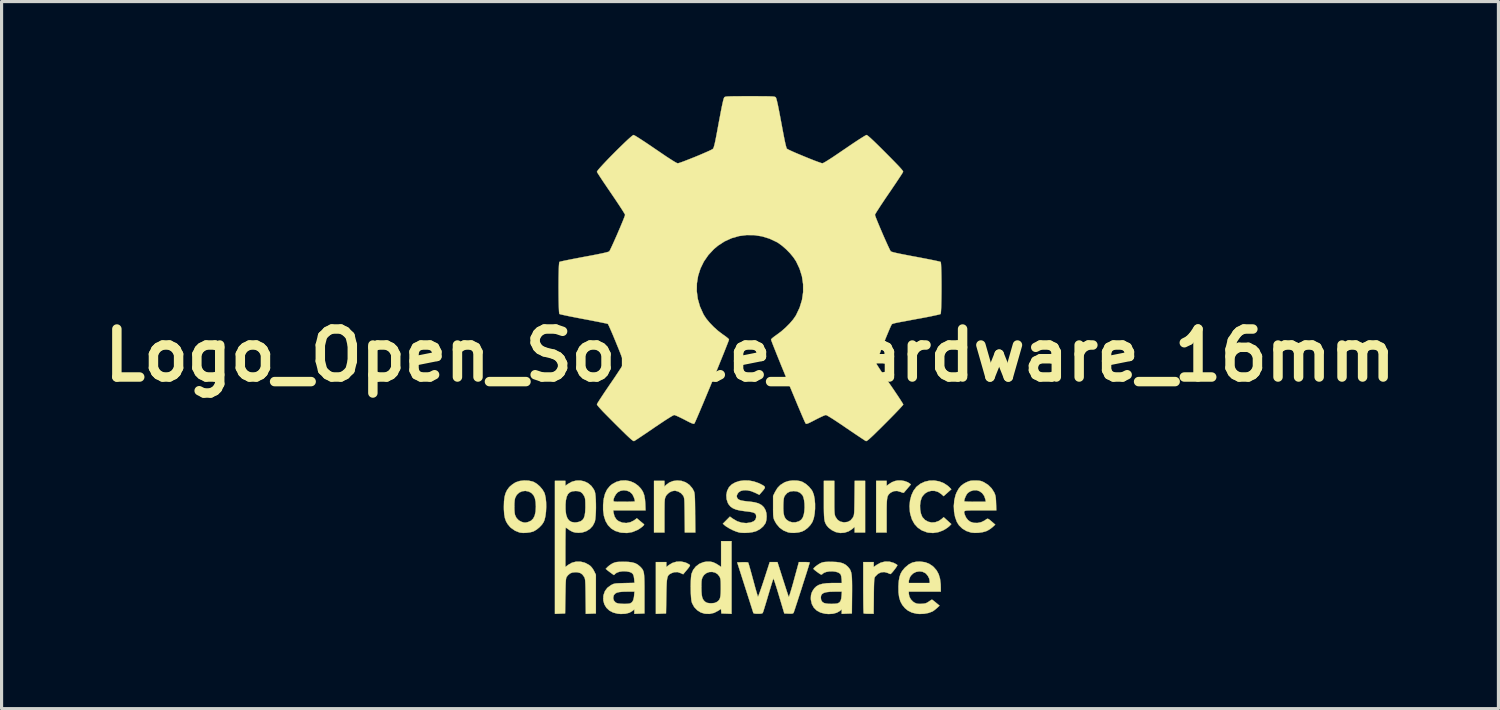
<source format=kicad_pcb>
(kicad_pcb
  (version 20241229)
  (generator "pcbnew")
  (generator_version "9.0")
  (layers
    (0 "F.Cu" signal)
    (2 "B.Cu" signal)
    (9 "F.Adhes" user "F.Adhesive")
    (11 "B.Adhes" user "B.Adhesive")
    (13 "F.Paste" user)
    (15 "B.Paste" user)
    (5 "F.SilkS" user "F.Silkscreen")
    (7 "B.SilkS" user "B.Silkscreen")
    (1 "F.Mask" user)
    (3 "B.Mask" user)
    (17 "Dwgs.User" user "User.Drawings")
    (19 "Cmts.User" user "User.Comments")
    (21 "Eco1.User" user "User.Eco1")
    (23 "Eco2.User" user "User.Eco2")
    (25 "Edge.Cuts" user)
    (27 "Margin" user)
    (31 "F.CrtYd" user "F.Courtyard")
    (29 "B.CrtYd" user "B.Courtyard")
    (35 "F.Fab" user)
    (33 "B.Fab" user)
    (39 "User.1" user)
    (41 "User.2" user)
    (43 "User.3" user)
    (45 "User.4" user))
  (footprint "Logo_Open_Source_Hardware_16mm"
    (layer "F.Cu")
    (at 20.763 8.231)
    (property "Reference" "Logo_Open_Source_Hardware_16mm" (at 0 0 0) (layer "F.SilkS") (effects (font (size 1.524 1.524) (thickness 0.3))))
    (attr through_hole)
    (fp_poly (pts (xy 4.907 3.993) (xy 5.005 4.029) (xy 5.059 4.062) (xy 5.107 4.099) (xy 5.002 4.223) (xy 4.952 4.282) (xy 4.911 4.33) (xy 4.887 4.359) (xy 4.884 4.362) (xy 4.861 4.364) (xy 4.815 4.351) (xy 4.778 4.336) (xy 4.67 4.306) (xy 4.567 4.313) (xy 4.473 4.356) (xy 4.452 4.372) (xy 4.42 4.401) (xy 4.395 4.43) (xy 4.375 4.464) (xy 4.361 4.509) (xy 4.351 4.568) (xy 4.344 4.646) (xy 4.34 4.749) (xy 4.338 4.88) (xy 4.338 5.044) (xy 4.338 5.089) (xy 4.338 5.627) (xy 4.005 5.627) (xy 4.005 3.986) (xy 4.338 3.986) (xy 4.338 4.144) (xy 4.401 4.097) (xy 4.504 4.03) (xy 4.605 3.991) (xy 4.694 3.974) (xy 4.798 3.974) (xy 4.907 3.993)) (stroke (width 0.01) (type solid)) (fill yes) (layer "F.SilkS"))
    (fp_poly (pts (xy -2.063 6.575) (xy -2.02 6.592) (xy -1.962 6.622) (xy -1.92 6.648) (xy -1.906 6.661) (xy -1.912 6.685) (xy -1.939 6.73) (xy -1.984 6.788) (xy -2.006 6.814) (xy -2.056 6.873) (xy -2.095 6.92) (xy -2.118 6.947) (xy -2.121 6.951) (xy -2.137 6.945) (xy -2.177 6.927) (xy -2.199 6.916) (xy -2.303 6.882) (xy -2.408 6.887) (xy -2.49 6.916) (xy -2.533 6.938) (xy -2.567 6.96) (xy -2.593 6.988) (xy -2.613 7.026) (xy -2.628 7.078) (xy -2.639 7.148) (xy -2.646 7.241) (xy -2.651 7.361) (xy -2.655 7.513) (xy -2.657 7.64) (xy -2.667 8.196) (xy -2.989 8.208) (xy -2.989 6.565) (xy -2.657 6.565) (xy -2.657 6.723) (xy -2.584 6.664) (xy -2.466 6.593) (xy -2.333 6.553) (xy -2.196 6.547) (xy -2.063 6.575)) (stroke (width 0.01) (type solid)) (fill yes) (layer "F.SilkS"))
    (fp_poly (pts (xy 4.422 6.55) (xy 4.555 6.588) (xy 4.565 6.592) (xy 4.622 6.622) (xy 4.664 6.648) (xy 4.678 6.661) (xy 4.672 6.682) (xy 4.645 6.724) (xy 4.607 6.778) (xy 4.562 6.836) (xy 4.518 6.889) (xy 4.481 6.928) (xy 4.458 6.945) (xy 4.456 6.945) (xy 4.433 6.937) (xy 4.388 6.918) (xy 4.367 6.908) (xy 4.263 6.881) (xy 4.16 6.89) (xy 4.065 6.936) (xy 3.982 7.016) (xy 3.977 7.022) (xy 3.966 7.039) (xy 3.956 7.06) (xy 3.949 7.088) (xy 3.944 7.129) (xy 3.94 7.187) (xy 3.937 7.267) (xy 3.934 7.372) (xy 3.932 7.509) (xy 3.931 7.641) (xy 3.925 8.206) (xy 3.773 8.206) (xy 3.699 8.205) (xy 3.642 8.2) (xy 3.61 8.195) (xy 3.608 8.193) (xy 3.605 8.171) (xy 3.603 8.115) (xy 3.6 8.027) (xy 3.598 7.913) (xy 3.597 7.777) (xy 3.596 7.622) (xy 3.595 7.453) (xy 3.595 7.373) (xy 3.595 6.565) (xy 3.927 6.565) (xy 3.927 6.721) (xy 4.02 6.655) (xy 4.149 6.584) (xy 4.285 6.549) (xy 4.422 6.55)) (stroke (width 0.01) (type solid)) (fill yes) (layer "F.SilkS"))
    (fp_poly (pts (xy 2.677 4.519) (xy 2.677 4.678) (xy 2.677 4.803) (xy 2.679 4.898) (xy 2.682 4.97) (xy 2.686 5.023) (xy 2.692 5.062) (xy 2.7 5.093) (xy 2.711 5.12) (xy 2.721 5.139) (xy 2.783 5.226) (xy 2.867 5.28) (xy 2.973 5.303) (xy 2.998 5.303) (xy 3.106 5.288) (xy 3.192 5.241) (xy 3.26 5.16) (xy 3.266 5.15) (xy 3.279 5.125) (xy 3.29 5.1) (xy 3.298 5.07) (xy 3.304 5.029) (xy 3.309 4.974) (xy 3.312 4.898) (xy 3.314 4.797) (xy 3.316 4.666) (xy 3.318 4.528) (xy 3.324 3.986) (xy 3.654 3.986) (xy 3.654 5.627) (xy 3.322 5.627) (xy 3.322 5.447) (xy 3.25 5.51) (xy 3.134 5.587) (xy 3.003 5.631) (xy 2.866 5.641) (xy 2.73 5.614) (xy 2.722 5.612) (xy 2.598 5.552) (xy 2.495 5.473) (xy 2.443 5.413) (xy 2.417 5.374) (xy 2.396 5.335) (xy 2.379 5.292) (xy 2.366 5.24) (xy 2.357 5.174) (xy 2.351 5.09) (xy 2.347 4.983) (xy 2.345 4.849) (xy 2.345 4.682) (xy 2.345 4.589) (xy 2.345 3.986) (xy 2.677 3.986) (xy 2.677 4.519)) (stroke (width 0.01) (type solid)) (fill yes) (layer "F.SilkS"))
    (fp_poly (pts (xy -2.179 3.986) (xy -2.052 4.029) (xy -2.047 4.031) (xy -1.928 4.111) (xy -1.832 4.221) (xy -1.783 4.311) (xy -1.773 4.337) (xy -1.765 4.369) (xy -1.759 4.413) (xy -1.754 4.472) (xy -1.75 4.551) (xy -1.747 4.655) (xy -1.745 4.787) (xy -1.743 4.954) (xy -1.743 5.007) (xy -1.736 5.627) (xy -2.069 5.627) (xy -2.075 5.075) (xy -2.077 4.914) (xy -2.079 4.787) (xy -2.081 4.689) (xy -2.084 4.616) (xy -2.088 4.562) (xy -2.095 4.524) (xy -2.103 4.495) (xy -2.113 4.472) (xy -2.127 4.449) (xy -2.128 4.448) (xy -2.192 4.377) (xy -2.279 4.325) (xy -2.374 4.3) (xy -2.394 4.299) (xy -2.485 4.316) (xy -2.573 4.363) (xy -2.645 4.431) (xy -2.672 4.474) (xy -2.685 4.501) (xy -2.695 4.529) (xy -2.703 4.561) (xy -2.708 4.604) (xy -2.712 4.663) (xy -2.714 4.741) (xy -2.715 4.846) (xy -2.716 4.98) (xy -2.716 5.094) (xy -2.716 5.627) (xy -3.048 5.627) (xy -3.048 3.986) (xy -2.716 3.986) (xy -2.716 4.167) (xy -2.662 4.113) (xy -2.563 4.039) (xy -2.444 3.992) (xy -2.313 3.975) (xy -2.179 3.986)) (stroke (width 0.01) (type solid)) (fill yes) (layer "F.SilkS"))
    (fp_poly (pts (xy 6.007 4.003) (xy 6.153 4.06) (xy 6.284 4.147) (xy 6.337 4.197) (xy 6.391 4.254) (xy 6.269 4.363) (xy 6.147 4.472) (xy 6.074 4.406) (xy 5.974 4.339) (xy 5.865 4.305) (xy 5.754 4.303) (xy 5.648 4.331) (xy 5.553 4.388) (xy 5.478 4.472) (xy 5.448 4.527) (xy 5.413 4.638) (xy 5.398 4.765) (xy 5.402 4.895) (xy 5.424 5.017) (xy 5.463 5.119) (xy 5.477 5.142) (xy 5.557 5.228) (xy 5.655 5.283) (xy 5.764 5.308) (xy 5.878 5.301) (xy 5.99 5.261) (xy 6.074 5.205) (xy 6.149 5.14) (xy 6.391 5.359) (xy 6.327 5.426) (xy 6.276 5.468) (xy 6.205 5.516) (xy 6.128 5.559) (xy 6.125 5.561) (xy 5.971 5.617) (xy 5.811 5.641) (xy 5.655 5.629) (xy 5.617 5.62) (xy 5.459 5.561) (xy 5.327 5.472) (xy 5.22 5.355) (xy 5.141 5.21) (xy 5.088 5.037) (xy 5.076 4.967) (xy 5.064 4.787) (xy 5.081 4.612) (xy 5.123 4.448) (xy 5.189 4.303) (xy 5.277 4.184) (xy 5.287 4.174) (xy 5.409 4.078) (xy 5.549 4.013) (xy 5.699 3.979) (xy 5.854 3.976) (xy 6.007 4.003)) (stroke (width 0.01) (type solid)) (fill yes) (layer "F.SilkS"))
    (fp_poly (pts (xy -0.586 8.208) (xy -0.909 8.196) (xy -0.915 8.123) (xy -0.921 8.05) (xy -1.003 8.106) (xy -1.139 8.177) (xy -1.282 8.21) (xy -1.432 8.205) (xy -1.563 8.165) (xy -1.678 8.092) (xy -1.772 7.993) (xy -1.837 7.873) (xy -1.85 7.835) (xy -1.863 7.77) (xy -1.872 7.676) (xy -1.879 7.56) (xy -1.882 7.432) (xy -1.882 7.367) (xy -1.544 7.367) (xy -1.541 7.501) (xy -1.533 7.603) (xy -1.519 7.681) (xy -1.496 7.74) (xy -1.463 7.788) (xy -1.458 7.793) (xy -1.411 7.835) (xy -1.358 7.86) (xy -1.285 7.871) (xy -1.231 7.873) (xy -1.131 7.864) (xy -1.061 7.836) (xy -1.013 7.802) (xy -0.978 7.763) (xy -0.954 7.712) (xy -0.939 7.643) (xy -0.931 7.55) (xy -0.928 7.425) (xy -0.928 7.386) (xy -0.929 7.271) (xy -0.931 7.187) (xy -0.936 7.127) (xy -0.945 7.082) (xy -0.958 7.046) (xy -0.968 7.026) (xy -1.028 6.949) (xy -1.108 6.899) (xy -1.199 6.877) (xy -1.293 6.881) (xy -1.382 6.913) (xy -1.457 6.971) (xy -1.5 7.033) (xy -1.518 7.075) (xy -1.531 7.117) (xy -1.539 7.17) (xy -1.542 7.242) (xy -1.544 7.341) (xy -1.544 7.367) (xy -1.882 7.367) (xy -1.883 7.301) (xy -1.88 7.176) (xy -1.874 7.065) (xy -1.865 6.978) (xy -1.857 6.936) (xy -1.803 6.81) (xy -1.718 6.703) (xy -1.609 6.621) (xy -1.48 6.568) (xy -1.378 6.55) (xy -1.269 6.55) (xy -1.173 6.57) (xy -1.077 6.615) (xy -1.015 6.653) (xy -0.918 6.719) (xy -0.918 5.901) (xy -0.586 5.901) (xy -0.586 8.208)) (stroke (width 0.01) (type solid)) (fill yes) (layer "F.SilkS"))
    (fp_poly (pts (xy 1.477 3.976) (xy 1.596 3.995) (xy 1.664 4.019) (xy 1.77 4.083) (xy 1.871 4.171) (xy 1.954 4.271) (xy 1.987 4.325) (xy 2.026 4.432) (xy 2.052 4.566) (xy 2.065 4.716) (xy 2.065 4.873) (xy 2.052 5.025) (xy 2.026 5.164) (xy 1.987 5.278) (xy 1.983 5.287) (xy 1.92 5.385) (xy 1.834 5.477) (xy 1.736 5.552) (xy 1.646 5.597) (xy 1.538 5.624) (xy 1.417 5.637) (xy 1.301 5.636) (xy 1.21 5.621) (xy 1.06 5.56) (xy 0.935 5.469) (xy 0.834 5.347) (xy 0.776 5.243) (xy 0.76 5.205) (xy 0.749 5.168) (xy 0.741 5.123) (xy 0.736 5.063) (xy 0.734 4.983) (xy 0.733 4.9) (xy 1.057 4.9) (xy 1.066 5.013) (xy 1.085 5.1) (xy 1.116 5.167) (xy 1.154 5.215) (xy 1.238 5.273) (xy 1.34 5.303) (xy 1.448 5.302) (xy 1.553 5.271) (xy 1.562 5.266) (xy 1.629 5.217) (xy 1.677 5.147) (xy 1.709 5.049) (xy 1.724 4.961) (xy 1.733 4.835) (xy 1.73 4.709) (xy 1.716 4.594) (xy 1.692 4.498) (xy 1.662 4.436) (xy 1.589 4.364) (xy 1.494 4.322) (xy 1.387 4.31) (xy 1.273 4.324) (xy 1.182 4.37) (xy 1.112 4.448) (xy 1.107 4.455) (xy 1.088 4.491) (xy 1.075 4.532) (xy 1.067 4.588) (xy 1.061 4.668) (xy 1.058 4.754) (xy 1.057 4.9) (xy 0.733 4.9) (xy 0.733 4.873) (xy 0.733 4.806) (xy 0.733 4.464) (xy 0.797 4.334) (xy 0.871 4.212) (xy 0.963 4.117) (xy 1.083 4.042) (xy 1.113 4.027) (xy 1.221 3.992) (xy 1.347 3.975) (xy 1.477 3.976)) (stroke (width 0.01) (type solid)) (fill yes) (layer "F.SilkS"))
    (fp_poly (pts (xy -7.035 3.979) (xy -6.908 4.006) (xy -6.863 4.023) (xy -6.766 4.081) (xy -6.673 4.163) (xy -6.592 4.258) (xy -6.533 4.357) (xy -6.516 4.401) (xy -6.489 4.522) (xy -6.474 4.662) (xy -6.471 4.812) (xy -6.478 4.962) (xy -6.495 5.101) (xy -6.523 5.221) (xy -6.551 5.292) (xy -6.606 5.375) (xy -6.685 5.459) (xy -6.775 5.533) (xy -6.865 5.586) (xy -6.891 5.597) (xy -6.986 5.621) (xy -7.096 5.635) (xy -7.205 5.639) (xy -7.296 5.63) (xy -7.313 5.627) (xy -7.458 5.57) (xy -7.588 5.48) (xy -7.623 5.446) (xy -7.693 5.362) (xy -7.746 5.272) (xy -7.782 5.169) (xy -7.804 5.046) (xy -7.814 4.895) (xy -7.815 4.807) (xy -7.482 4.807) (xy -7.48 4.912) (xy -7.473 5.003) (xy -7.462 5.066) (xy -7.417 5.162) (xy -7.342 5.24) (xy -7.259 5.285) (xy -7.192 5.306) (xy -7.141 5.312) (xy -7.085 5.303) (xy -7.045 5.293) (xy -6.953 5.252) (xy -6.884 5.184) (xy -6.836 5.087) (xy -6.808 4.96) (xy -6.799 4.806) (xy -6.807 4.653) (xy -6.832 4.532) (xy -6.876 4.44) (xy -6.94 4.372) (xy -7.024 4.327) (xy -7.132 4.304) (xy -7.236 4.317) (xy -7.33 4.36) (xy -7.406 4.431) (xy -7.456 4.526) (xy -7.461 4.543) (xy -7.473 4.61) (xy -7.48 4.702) (xy -7.482 4.807) (xy -7.815 4.807) (xy -7.815 4.806) (xy -7.81 4.635) (xy -7.793 4.495) (xy -7.762 4.38) (xy -7.715 4.282) (xy -7.651 4.194) (xy -7.617 4.159) (xy -7.552 4.105) (xy -7.473 4.052) (xy -7.428 4.028) (xy -7.31 3.99) (xy -7.174 3.974) (xy -7.035 3.979)) (stroke (width 0.01) (type solid)) (fill yes) (layer "F.SilkS"))
    (fp_poly (pts (xy 5.559 6.57) (xy 5.684 6.617) (xy 5.798 6.693) (xy 5.833 6.724) (xy 5.923 6.827) (xy 5.989 6.948) (xy 6.032 7.092) (xy 6.054 7.263) (xy 6.057 7.371) (xy 6.057 7.503) (xy 5.041 7.503) (xy 5.041 7.568) (xy 5.059 7.661) (xy 5.107 7.75) (xy 5.177 7.823) (xy 5.218 7.85) (xy 5.273 7.876) (xy 5.326 7.888) (xy 5.393 7.892) (xy 5.445 7.89) (xy 5.526 7.883) (xy 5.585 7.871) (xy 5.635 7.846) (xy 5.675 7.82) (xy 5.726 7.785) (xy 5.764 7.762) (xy 5.776 7.757) (xy 5.796 7.768) (xy 5.836 7.799) (xy 5.891 7.843) (xy 5.902 7.853) (xy 6.017 7.948) (xy 5.932 8.027) (xy 5.874 8.076) (xy 5.819 8.117) (xy 5.791 8.134) (xy 5.671 8.179) (xy 5.53 8.206) (xy 5.381 8.212) (xy 5.289 8.204) (xy 5.139 8.168) (xy 5.012 8.104) (xy 4.919 8.027) (xy 4.835 7.926) (xy 4.774 7.813) (xy 4.735 7.681) (xy 4.714 7.525) (xy 4.712 7.339) (xy 4.713 7.315) (xy 4.723 7.175) (xy 5.041 7.175) (xy 5.041 7.229) (xy 5.705 7.229) (xy 5.705 7.17) (xy 5.69 7.09) (xy 5.649 7.007) (xy 5.591 6.936) (xy 5.566 6.915) (xy 5.474 6.871) (xy 5.372 6.86) (xy 5.271 6.878) (xy 5.18 6.924) (xy 5.108 6.996) (xy 5.085 7.033) (xy 5.059 7.096) (xy 5.043 7.155) (xy 5.041 7.175) (xy 4.723 7.175) (xy 4.724 7.162) (xy 4.746 7.039) (xy 4.78 6.937) (xy 4.831 6.847) (xy 4.901 6.761) (xy 4.923 6.738) (xy 5.037 6.642) (xy 5.155 6.58) (xy 5.287 6.552) (xy 5.412 6.55) (xy 5.559 6.57)) (stroke (width 0.01) (type solid)) (fill yes) (layer "F.SilkS"))
    (fp_poly (pts (xy -3.8 3.999) (xy -3.661 4.061) (xy -3.55 4.142) (xy -3.464 4.233) (xy -3.401 4.33) (xy -3.359 4.441) (xy -3.335 4.575) (xy -3.325 4.704) (xy -3.317 4.924) (xy -4.343 4.924) (xy -4.333 4.999) (xy -4.301 5.118) (xy -4.242 5.21) (xy -4.174 5.265) (xy -4.054 5.313) (xy -3.928 5.325) (xy -3.802 5.301) (xy -3.684 5.243) (xy -3.662 5.227) (xy -3.593 5.174) (xy -3.482 5.268) (xy -3.427 5.314) (xy -3.385 5.349) (xy -3.363 5.367) (xy -3.362 5.367) (xy -3.366 5.385) (xy -3.395 5.418) (xy -3.442 5.458) (xy -3.499 5.5) (xy -3.56 5.538) (xy -3.573 5.545) (xy -3.737 5.612) (xy -3.905 5.641) (xy -4.08 5.632) (xy -4.122 5.625) (xy -4.276 5.577) (xy -4.405 5.5) (xy -4.509 5.394) (xy -4.588 5.259) (xy -4.639 5.098) (xy -4.664 4.91) (xy -4.664 4.748) (xy -4.649 4.606) (xy -4.337 4.606) (xy -4.336 4.622) (xy -4.33 4.633) (xy -4.313 4.641) (xy -4.28 4.646) (xy -4.225 4.649) (xy -4.143 4.65) (xy -4.029 4.65) (xy -3.996 4.65) (xy -3.885 4.649) (xy -3.789 4.647) (xy -3.715 4.644) (xy -3.668 4.64) (xy -3.654 4.636) (xy -3.663 4.581) (xy -3.687 4.511) (xy -3.719 4.443) (xy -3.743 4.403) (xy -3.815 4.337) (xy -3.907 4.298) (xy -4.008 4.285) (xy -4.108 4.301) (xy -4.195 4.346) (xy -4.203 4.353) (xy -4.257 4.412) (xy -4.302 4.488) (xy -4.331 4.564) (xy -4.337 4.606) (xy -4.649 4.606) (xy -4.644 4.556) (xy -4.603 4.395) (xy -4.539 4.262) (xy -4.45 4.153) (xy -4.381 4.094) (xy -4.245 4.019) (xy -4.099 3.978) (xy -3.948 3.972) (xy -3.8 3.999)) (stroke (width 0.01) (type solid)) (fill yes) (layer "F.SilkS"))
    (fp_poly (pts (xy -0.033 3.977) (xy 0.123 4.006) (xy 0.275 4.059) (xy 0.312 4.076) (xy 0.397 4.12) (xy 0.45 4.154) (xy 0.472 4.185) (xy 0.466 4.22) (xy 0.434 4.267) (xy 0.394 4.315) (xy 0.295 4.429) (xy 0.162 4.364) (xy 0.033 4.312) (xy -0.089 4.286) (xy -0.199 4.284) (xy -0.292 4.306) (xy -0.363 4.352) (xy -0.397 4.4) (xy -0.419 4.452) (xy -0.42 4.49) (xy -0.407 4.527) (xy -0.383 4.56) (xy -0.346 4.586) (xy -0.288 4.607) (xy -0.205 4.623) (xy -0.091 4.638) (xy -0.009 4.645) (xy 0.147 4.667) (xy 0.271 4.702) (xy 0.366 4.754) (xy 0.439 4.824) (xy 0.492 4.917) (xy 0.497 4.928) (xy 0.52 5.013) (xy 0.528 5.116) (xy 0.521 5.219) (xy 0.5 5.307) (xy 0.49 5.331) (xy 0.422 5.427) (xy 0.326 5.512) (xy 0.212 5.576) (xy 0.188 5.586) (xy 0.084 5.614) (xy -0.042 5.632) (xy -0.173 5.638) (xy -0.293 5.633) (xy -0.342 5.625) (xy -0.437 5.597) (xy -0.547 5.552) (xy -0.657 5.496) (xy -0.752 5.438) (xy -0.788 5.411) (xy -0.863 5.348) (xy -0.75 5.234) (xy -0.638 5.121) (xy -0.546 5.188) (xy -0.409 5.268) (xy -0.264 5.315) (xy -0.116 5.328) (xy 0.026 5.306) (xy 0.113 5.272) (xy 0.167 5.225) (xy 0.192 5.161) (xy 0.195 5.115) (xy 0.19 5.068) (xy 0.171 5.031) (xy 0.134 5.004) (xy 0.073 4.983) (xy -0.017 4.967) (xy -0.141 4.952) (xy -0.147 4.951) (xy -0.31 4.929) (xy -0.44 4.899) (xy -0.54 4.858) (xy -0.618 4.804) (xy -0.676 4.735) (xy -0.703 4.689) (xy -0.744 4.566) (xy -0.752 4.435) (xy -0.727 4.307) (xy -0.67 4.192) (xy -0.664 4.184) (xy -0.579 4.099) (xy -0.467 4.035) (xy -0.335 3.992) (xy -0.188 3.973) (xy -0.033 3.977)) (stroke (width 0.01) (type solid)) (fill yes) (layer "F.SilkS"))
    (fp_poly (pts (xy 7.241 3.978) (xy 7.308 3.986) (xy 7.366 4.003) (xy 7.428 4.031) (xy 7.561 4.115) (xy 7.672 4.226) (xy 7.753 4.354) (xy 7.754 4.357) (xy 7.777 4.411) (xy 7.793 4.464) (xy 7.803 4.528) (xy 7.809 4.611) (xy 7.812 4.694) (xy 7.82 4.924) (xy 7.309 4.924) (xy 7.151 4.924) (xy 7.028 4.924) (xy 6.936 4.926) (xy 6.871 4.93) (xy 6.829 4.939) (xy 6.806 4.953) (xy 6.798 4.973) (xy 6.801 5) (xy 6.811 5.036) (xy 6.82 5.065) (xy 6.859 5.151) (xy 6.92 5.229) (xy 6.992 5.284) (xy 7.101 5.319) (xy 7.22 5.323) (xy 7.341 5.298) (xy 7.451 5.244) (xy 7.474 5.227) (xy 7.508 5.202) (xy 7.535 5.19) (xy 7.563 5.194) (xy 7.599 5.216) (xy 7.651 5.259) (xy 7.7 5.301) (xy 7.786 5.376) (xy 7.693 5.461) (xy 7.622 5.516) (xy 7.54 5.565) (xy 7.491 5.587) (xy 7.385 5.616) (xy 7.261 5.634) (xy 7.136 5.638) (xy 7.028 5.629) (xy 7.017 5.627) (xy 6.869 5.578) (xy 6.74 5.5) (xy 6.634 5.396) (xy 6.568 5.291) (xy 6.512 5.137) (xy 6.479 4.964) (xy 6.471 4.782) (xy 6.484 4.634) (xy 6.799 4.634) (xy 6.818 4.639) (xy 6.869 4.644) (xy 6.947 4.647) (xy 7.046 4.649) (xy 7.143 4.65) (xy 7.488 4.65) (xy 7.474 4.578) (xy 7.436 4.465) (xy 7.373 4.378) (xy 7.291 4.317) (xy 7.196 4.285) (xy 7.095 4.286) (xy 6.992 4.319) (xy 6.916 4.37) (xy 6.879 4.416) (xy 6.843 4.485) (xy 6.814 4.56) (xy 6.8 4.625) (xy 6.799 4.634) (xy 6.484 4.634) (xy 6.486 4.602) (xy 6.526 4.437) (xy 6.556 4.36) (xy 6.622 4.238) (xy 6.698 4.145) (xy 6.794 4.073) (xy 6.854 4.04) (xy 6.925 4.008) (xy 6.983 3.988) (xy 7.045 3.979) (xy 7.126 3.976) (xy 7.151 3.976) (xy 7.241 3.978)) (stroke (width 0.01) (type solid)) (fill yes) (layer "F.SilkS"))
    (fp_poly (pts (xy -3.866 6.559) (xy -3.747 6.574) (xy -3.651 6.6) (xy -3.571 6.641) (xy -3.5 6.699) (xy -3.487 6.711) (xy -3.452 6.747) (xy -3.423 6.782) (xy -3.401 6.819) (xy -3.383 6.863) (xy -3.37 6.918) (xy -3.362 6.989) (xy -3.356 7.081) (xy -3.353 7.197) (xy -3.351 7.342) (xy -3.351 7.52) (xy -3.351 7.571) (xy -3.351 8.196) (xy -3.512 8.202) (xy -3.673 8.208) (xy -3.673 8.066) (xy -3.731 8.115) (xy -3.828 8.172) (xy -3.952 8.205) (xy -4.1 8.212) (xy -4.205 8.203) (xy -4.346 8.167) (xy -4.465 8.104) (xy -4.559 8.016) (xy -4.624 7.908) (xy -4.658 7.784) (xy -4.657 7.711) (xy -4.344 7.711) (xy -4.323 7.785) (xy -4.272 7.843) (xy -4.236 7.864) (xy -4.18 7.879) (xy -4.099 7.888) (xy -4.006 7.892) (xy -3.915 7.891) (xy -3.84 7.884) (xy -3.803 7.875) (xy -3.747 7.839) (xy -3.709 7.777) (xy -3.686 7.684) (xy -3.68 7.632) (xy -3.668 7.503) (xy -3.904 7.503) (xy -4.044 7.506) (xy -4.15 7.517) (xy -4.228 7.536) (xy -4.282 7.567) (xy -4.318 7.609) (xy -4.33 7.633) (xy -4.344 7.711) (xy -4.657 7.711) (xy -4.657 7.648) (xy -4.65 7.61) (xy -4.606 7.486) (xy -4.53 7.383) (xy -4.421 7.302) (xy -4.414 7.298) (xy -4.373 7.276) (xy -4.337 7.26) (xy -4.298 7.25) (xy -4.248 7.242) (xy -4.181 7.238) (xy -4.088 7.235) (xy -3.988 7.232) (xy -3.668 7.225) (xy -3.678 7.099) (xy -3.692 7.006) (xy -3.72 6.943) (xy -3.766 6.902) (xy -3.828 6.878) (xy -3.936 6.858) (xy -4.047 6.857) (xy -4.15 6.873) (xy -4.234 6.904) (xy -4.271 6.93) (xy -4.322 6.977) (xy -4.393 6.927) (xy -4.454 6.882) (xy -4.513 6.837) (xy -4.523 6.829) (xy -4.581 6.781) (xy -4.515 6.713) (xy -4.457 6.665) (xy -4.385 6.618) (xy -4.35 6.6) (xy -4.3 6.58) (xy -4.252 6.567) (xy -4.193 6.56) (xy -4.115 6.556) (xy -4.015 6.555) (xy -3.866 6.559)) (stroke (width 0.01) (type solid)) (fill yes) (layer "F.SilkS"))
    (fp_poly (pts (xy 2.734 6.562) (xy 2.858 6.578) (xy 2.957 6.608) (xy 3.039 6.653) (xy 3.109 6.715) (xy 3.114 6.721) (xy 3.148 6.762) (xy 3.176 6.802) (xy 3.197 6.848) (xy 3.214 6.903) (xy 3.226 6.973) (xy 3.234 7.06) (xy 3.238 7.171) (xy 3.24 7.308) (xy 3.24 7.478) (xy 3.239 7.602) (xy 3.234 8.196) (xy 3.072 8.202) (xy 2.911 8.208) (xy 2.911 8.066) (xy 2.853 8.115) (xy 2.758 8.171) (xy 2.636 8.205) (xy 2.494 8.214) (xy 2.38 8.204) (xy 2.236 8.167) (xy 2.117 8.102) (xy 2.025 8.011) (xy 1.963 7.897) (xy 1.933 7.763) (xy 1.931 7.704) (xy 1.932 7.69) (xy 2.247 7.69) (xy 2.259 7.773) (xy 2.296 7.831) (xy 2.351 7.865) (xy 2.407 7.879) (xy 2.488 7.889) (xy 2.582 7.892) (xy 2.673 7.89) (xy 2.751 7.882) (xy 2.787 7.874) (xy 2.839 7.845) (xy 2.875 7.797) (xy 2.897 7.723) (xy 2.907 7.635) (xy 2.916 7.503) (xy 2.694 7.503) (xy 2.543 7.507) (xy 2.428 7.52) (xy 2.343 7.543) (xy 2.288 7.579) (xy 2.257 7.627) (xy 2.247 7.69) (xy 1.932 7.69) (xy 1.937 7.615) (xy 1.957 7.541) (xy 1.986 7.481) (xy 2.041 7.398) (xy 2.108 7.334) (xy 2.191 7.287) (xy 2.297 7.256) (xy 2.429 7.237) (xy 2.593 7.23) (xy 2.643 7.229) (xy 2.916 7.229) (xy 2.908 7.103) (xy 2.896 7.011) (xy 2.874 6.951) (xy 2.863 6.937) (xy 2.804 6.897) (xy 2.721 6.871) (xy 2.622 6.859) (xy 2.52 6.861) (xy 2.424 6.877) (xy 2.344 6.907) (xy 2.292 6.949) (xy 2.277 6.962) (xy 2.255 6.96) (xy 2.22 6.942) (xy 2.163 6.902) (xy 2.14 6.886) (xy 2.081 6.841) (xy 2.036 6.804) (xy 2.014 6.781) (xy 2.012 6.778) (xy 2.028 6.753) (xy 2.067 6.716) (xy 2.122 6.673) (xy 2.183 6.631) (xy 2.24 6.599) (xy 2.246 6.596) (xy 2.29 6.578) (xy 2.337 6.567) (xy 2.396 6.56) (xy 2.475 6.557) (xy 2.579 6.556) (xy 2.734 6.562)) (stroke (width 0.01) (type solid)) (fill yes) (layer "F.SilkS"))
    (fp_poly (pts (xy 1.044 7.107) (xy 1.089 7.246) (xy 1.13 7.374) (xy 1.166 7.485) (xy 1.196 7.575) (xy 1.217 7.638) (xy 1.229 7.671) (xy 1.23 7.673) (xy 1.238 7.661) (xy 1.254 7.616) (xy 1.278 7.541) (xy 1.308 7.442) (xy 1.343 7.323) (xy 1.381 7.188) (xy 1.396 7.131) (xy 1.551 6.565) (xy 1.723 6.565) (xy 1.8 6.566) (xy 1.859 6.57) (xy 1.891 6.576) (xy 1.895 6.579) (xy 1.889 6.601) (xy 1.873 6.656) (xy 1.848 6.738) (xy 1.815 6.844) (xy 1.776 6.967) (xy 1.732 7.104) (xy 1.685 7.25) (xy 1.638 7.4) (xy 1.59 7.549) (xy 1.543 7.692) (xy 1.5 7.826) (xy 1.461 7.944) (xy 1.429 8.043) (xy 1.404 8.117) (xy 1.388 8.162) (xy 1.384 8.173) (xy 1.368 8.191) (xy 1.339 8.201) (xy 1.288 8.204) (xy 1.227 8.202) (xy 1.089 8.196) (xy 0.921 7.635) (xy 0.879 7.495) (xy 0.84 7.369) (xy 0.805 7.261) (xy 0.777 7.175) (xy 0.756 7.116) (xy 0.744 7.089) (xy 0.742 7.088) (xy 0.733 7.11) (xy 0.716 7.164) (xy 0.69 7.246) (xy 0.658 7.351) (xy 0.621 7.473) (xy 0.581 7.608) (xy 0.577 7.62) (xy 0.537 7.757) (xy 0.499 7.883) (xy 0.465 7.993) (xy 0.438 8.081) (xy 0.418 8.142) (xy 0.407 8.171) (xy 0.407 8.172) (xy 0.39 8.191) (xy 0.356 8.201) (xy 0.297 8.206) (xy 0.253 8.206) (xy 0.166 8.203) (xy 0.118 8.192) (xy 0.107 8.182) (xy 0.099 8.158) (xy 0.081 8.102) (xy 0.054 8.016) (xy 0.018 7.905) (xy -0.024 7.773) (xy -0.072 7.623) (xy -0.124 7.46) (xy -0.154 7.366) (xy -0.407 6.575) (xy -0.239 6.569) (xy -0.162 6.568) (xy -0.1 6.571) (xy -0.064 6.576) (xy -0.059 6.579) (xy -0.05 6.601) (xy -0.033 6.656) (xy -0.009 6.739) (xy 0.021 6.845) (xy 0.055 6.968) (xy 0.092 7.105) (xy 0.097 7.122) (xy 0.134 7.259) (xy 0.168 7.385) (xy 0.199 7.493) (xy 0.224 7.578) (xy 0.242 7.637) (xy 0.251 7.663) (xy 0.252 7.664) (xy 0.261 7.65) (xy 0.28 7.603) (xy 0.308 7.527) (xy 0.343 7.428) (xy 0.384 7.309) (xy 0.429 7.174) (xy 0.446 7.122) (xy 0.626 6.565) (xy 0.871 6.565) (xy 1.044 7.107)) (stroke (width 0.01) (type solid)) (fill yes) (layer "F.SilkS"))
    (fp_poly (pts (xy -5.257 4.004) (xy -5.139 4.062) (xy -5.037 4.148) (xy -4.958 4.26) (xy -4.93 4.321) (xy -4.915 4.381) (xy -4.904 4.471) (xy -4.897 4.584) (xy -4.893 4.711) (xy -4.892 4.844) (xy -4.895 4.975) (xy -4.902 5.095) (xy -4.911 5.197) (xy -4.925 5.271) (xy -4.93 5.289) (xy -4.992 5.412) (xy -5.083 5.511) (xy -5.198 5.584) (xy -5.331 5.626) (xy -5.441 5.635) (xy -5.545 5.628) (xy -5.632 5.605) (xy -5.717 5.56) (xy -5.777 5.517) (xy -5.819 5.488) (xy -5.847 5.472) (xy -5.85 5.471) (xy -5.853 5.49) (xy -5.856 5.543) (xy -5.858 5.626) (xy -5.859 5.734) (xy -5.861 5.863) (xy -5.861 6.008) (xy -5.862 6.096) (xy -5.862 6.721) (xy -5.777 6.656) (xy -5.655 6.586) (xy -5.522 6.551) (xy -5.384 6.551) (xy -5.247 6.584) (xy -5.117 6.652) (xy -5.064 6.692) (xy -5.022 6.738) (xy -4.977 6.803) (xy -4.949 6.854) (xy -4.894 6.965) (xy -4.894 8.196) (xy -5.214 8.208) (xy -5.22 7.655) (xy -5.222 7.492) (xy -5.224 7.364) (xy -5.227 7.265) (xy -5.231 7.19) (xy -5.235 7.136) (xy -5.242 7.097) (xy -5.25 7.069) (xy -5.26 7.046) (xy -5.266 7.036) (xy -5.323 6.958) (xy -5.39 6.912) (xy -5.477 6.89) (xy -5.539 6.887) (xy -5.638 6.896) (xy -5.713 6.925) (xy -5.778 6.981) (xy -5.811 7.022) (xy -5.823 7.04) (xy -5.833 7.061) (xy -5.84 7.09) (xy -5.846 7.132) (xy -5.85 7.192) (xy -5.854 7.273) (xy -5.857 7.381) (xy -5.859 7.521) (xy -5.862 7.636) (xy -5.871 8.196) (xy -6.194 8.208) (xy -6.194 4.737) (xy -5.857 4.737) (xy -5.857 4.913) (xy -5.839 5.056) (xy -5.802 5.165) (xy -5.746 5.243) (xy -5.67 5.29) (xy -5.573 5.307) (xy -5.514 5.304) (xy -5.445 5.291) (xy -5.381 5.269) (xy -5.371 5.265) (xy -5.317 5.225) (xy -5.277 5.168) (xy -5.25 5.088) (xy -5.234 4.981) (xy -5.227 4.842) (xy -5.227 4.797) (xy -5.228 4.687) (xy -5.231 4.609) (xy -5.237 4.552) (xy -5.248 4.509) (xy -5.264 4.471) (xy -5.267 4.466) (xy -5.32 4.386) (xy -5.382 4.336) (xy -5.464 4.313) (xy -5.539 4.308) (xy -5.642 4.318) (xy -5.721 4.35) (xy -5.78 4.406) (xy -5.821 4.491) (xy -5.847 4.607) (xy -5.857 4.737) (xy -6.194 4.737) (xy -6.194 3.986) (xy -5.862 3.986) (xy -5.862 4.142) (xy -5.78 4.083) (xy -5.653 4.013) (xy -5.52 3.978) (xy -5.386 3.975) (xy -5.257 4.004)) (stroke (width 0.01) (type solid)) (fill yes) (layer "F.SilkS"))
    (fp_poly (pts (xy 0.196 -8.226) (xy 0.357 -8.225) (xy 0.487 -8.224) (xy 0.588 -8.223) (xy 0.665 -8.22) (xy 0.722 -8.217) (xy 0.761 -8.213) (xy 0.787 -8.207) (xy 0.804 -8.2) (xy 0.816 -8.192) (xy 0.816 -8.191) (xy 0.827 -8.171) (xy 0.841 -8.128) (xy 0.858 -8.061) (xy 0.88 -7.966) (xy 0.905 -7.842) (xy 0.936 -7.685) (xy 0.972 -7.493) (xy 0.994 -7.376) (xy 1.034 -7.162) (xy 1.068 -6.984) (xy 1.096 -6.841) (xy 1.12 -6.729) (xy 1.14 -6.647) (xy 1.156 -6.592) (xy 1.168 -6.563) (xy 1.171 -6.559) (xy 1.199 -6.542) (xy 1.257 -6.513) (xy 1.341 -6.474) (xy 1.443 -6.429) (xy 1.56 -6.38) (xy 1.685 -6.328) (xy 1.811 -6.276) (xy 1.935 -6.226) (xy 2.049 -6.181) (xy 2.149 -6.144) (xy 2.228 -6.116) (xy 2.281 -6.099) (xy 2.299 -6.096) (xy 2.33 -6.108) (xy 2.394 -6.143) (xy 2.488 -6.201) (xy 2.614 -6.282) (xy 2.77 -6.387) (xy 2.958 -6.515) (xy 3.003 -6.545) (xy 3.148 -6.644) (xy 3.284 -6.736) (xy 3.406 -6.817) (xy 3.512 -6.885) (xy 3.598 -6.939) (xy 3.66 -6.976) (xy 3.695 -6.994) (xy 3.7 -6.995) (xy 3.723 -6.984) (xy 3.765 -6.951) (xy 3.829 -6.895) (xy 3.916 -6.814) (xy 4.026 -6.708) (xy 4.161 -6.575) (xy 4.306 -6.43) (xy 4.452 -6.283) (xy 4.572 -6.161) (xy 4.668 -6.062) (xy 4.742 -5.984) (xy 4.797 -5.923) (xy 4.833 -5.879) (xy 4.854 -5.849) (xy 4.861 -5.83) (xy 4.86 -5.826) (xy 4.847 -5.802) (xy 4.815 -5.749) (xy 4.764 -5.671) (xy 4.699 -5.573) (xy 4.622 -5.457) (xy 4.534 -5.327) (xy 4.439 -5.187) (xy 4.408 -5.142) (xy 4.311 -5) (xy 4.222 -4.867) (xy 4.142 -4.747) (xy 4.075 -4.643) (xy 4.021 -4.559) (xy 3.985 -4.498) (xy 3.967 -4.465) (xy 3.966 -4.461) (xy 3.974 -4.432) (xy 3.996 -4.372) (xy 4.029 -4.288) (xy 4.071 -4.185) (xy 4.12 -4.068) (xy 4.173 -3.944) (xy 4.228 -3.816) (xy 4.283 -3.691) (xy 4.335 -3.575) (xy 4.382 -3.472) (xy 4.422 -3.388) (xy 4.451 -3.329) (xy 4.469 -3.301) (xy 4.47 -3.3) (xy 4.495 -3.288) (xy 4.551 -3.271) (xy 4.639 -3.25) (xy 4.76 -3.224) (xy 4.916 -3.193) (xy 5.108 -3.156) (xy 5.266 -3.127) (xy 5.434 -3.095) (xy 5.59 -3.065) (xy 5.731 -3.037) (xy 5.851 -3.013) (xy 5.947 -2.992) (xy 6.015 -2.977) (xy 6.049 -2.967) (xy 6.052 -2.966) (xy 6.059 -2.941) (xy 6.065 -2.882) (xy 6.069 -2.795) (xy 6.073 -2.683) (xy 6.076 -2.552) (xy 6.078 -2.408) (xy 6.079 -2.255) (xy 6.079 -2.098) (xy 6.078 -1.943) (xy 6.076 -1.793) (xy 6.073 -1.655) (xy 6.07 -1.534) (xy 6.065 -1.434) (xy 6.06 -1.361) (xy 6.053 -1.319) (xy 6.05 -1.311) (xy 6.024 -1.302) (xy 5.965 -1.287) (xy 5.878 -1.268) (xy 5.767 -1.244) (xy 5.638 -1.218) (xy 5.496 -1.191) (xy 5.449 -1.182) (xy 5.294 -1.154) (xy 5.143 -1.126) (xy 5.003 -1.099) (xy 4.88 -1.076) (xy 4.78 -1.058) (xy 4.712 -1.045) (xy 4.705 -1.044) (xy 4.625 -1.027) (xy 4.558 -1.01) (xy 4.514 -0.994) (xy 4.506 -0.99) (xy 4.49 -0.965) (xy 4.463 -0.91) (xy 4.427 -0.828) (xy 4.384 -0.726) (xy 4.335 -0.608) (xy 4.283 -0.481) (xy 4.231 -0.348) (xy 4.179 -0.217) (xy 4.131 -0.091) (xy 4.088 0.024) (xy 4.053 0.122) (xy 4.027 0.198) (xy 4.013 0.247) (xy 4.011 0.263) (xy 4.023 0.287) (xy 4.056 0.34) (xy 4.106 0.418) (xy 4.17 0.516) (xy 4.247 0.631) (xy 4.334 0.76) (xy 4.428 0.898) (xy 4.442 0.918) (xy 4.537 1.056) (xy 4.624 1.185) (xy 4.702 1.301) (xy 4.767 1.401) (xy 4.817 1.479) (xy 4.851 1.534) (xy 4.865 1.561) (xy 4.865 1.563) (xy 4.852 1.583) (xy 4.813 1.627) (xy 4.753 1.693) (xy 4.673 1.777) (xy 4.578 1.876) (xy 4.469 1.987) (xy 4.349 2.108) (xy 4.292 2.165) (xy 4.147 2.31) (xy 4.026 2.428) (xy 3.929 2.524) (xy 3.851 2.597) (xy 3.791 2.652) (xy 3.746 2.69) (xy 3.715 2.712) (xy 3.693 2.723) (xy 3.682 2.723) (xy 3.657 2.709) (xy 3.605 2.675) (xy 3.528 2.624) (xy 3.43 2.559) (xy 3.315 2.482) (xy 3.188 2.396) (xy 3.051 2.303) (xy 3.05 2.302) (xy 2.884 2.189) (xy 2.74 2.093) (xy 2.619 2.014) (xy 2.523 1.955) (xy 2.455 1.915) (xy 2.415 1.896) (xy 2.409 1.895) (xy 2.376 1.904) (xy 2.316 1.928) (xy 2.236 1.965) (xy 2.142 2.011) (xy 2.078 2.044) (xy 1.97 2.1) (xy 1.892 2.139) (xy 1.837 2.163) (xy 1.801 2.174) (xy 1.779 2.173) (xy 1.768 2.166) (xy 1.755 2.143) (xy 1.729 2.088) (xy 1.692 2.003) (xy 1.644 1.893) (xy 1.588 1.76) (xy 1.524 1.61) (xy 1.455 1.444) (xy 1.381 1.266) (xy 1.304 1.081) (xy 1.225 0.891) (xy 1.146 0.7) (xy 1.069 0.511) (xy 0.994 0.329) (xy 0.924 0.155) (xy 0.859 -0.005) (xy 0.802 -0.149) (xy 0.752 -0.274) (xy 0.713 -0.375) (xy 0.685 -0.449) (xy 0.67 -0.492) (xy 0.668 -0.503) (xy 0.686 -0.526) (xy 0.73 -0.565) (xy 0.793 -0.613) (xy 0.85 -0.653) (xy 0.991 -0.758) (xy 1.129 -0.879) (xy 1.258 -1.008) (xy 1.369 -1.137) (xy 1.453 -1.259) (xy 1.463 -1.277) (xy 1.575 -1.513) (xy 1.65 -1.757) (xy 1.687 -2.006) (xy 1.686 -2.257) (xy 1.649 -2.507) (xy 1.573 -2.751) (xy 1.463 -2.983) (xy 1.381 -3.107) (xy 1.274 -3.237) (xy 1.15 -3.364) (xy 1.02 -3.478) (xy 0.894 -3.569) (xy 0.854 -3.593) (xy 0.621 -3.703) (xy 0.38 -3.777) (xy 0.136 -3.815) (xy -0.109 -3.818) (xy -0.35 -3.786) (xy -0.584 -3.719) (xy -0.808 -3.617) (xy -1.016 -3.482) (xy -1.147 -3.372) (xy -1.323 -3.183) (xy -1.466 -2.976) (xy -1.574 -2.754) (xy -1.648 -2.522) (xy -1.687 -2.282) (xy -1.691 -2.038) (xy -1.659 -1.793) (xy -1.59 -1.551) (xy -1.484 -1.315) (xy -1.463 -1.276) (xy -1.384 -1.157) (xy -1.277 -1.029) (xy -1.152 -0.9) (xy -1.016 -0.778) (xy -0.878 -0.672) (xy -0.85 -0.653) (xy -0.777 -0.602) (xy -0.718 -0.555) (xy -0.679 -0.52) (xy -0.668 -0.503) (xy -0.674 -0.48) (xy -0.694 -0.424) (xy -0.727 -0.34) (xy -0.77 -0.23) (xy -0.822 -0.098) (xy -0.883 0.053) (xy -0.95 0.218) (xy -1.022 0.396) (xy -1.098 0.581) (xy -1.176 0.771) (xy -1.254 0.962) (xy -1.333 1.151) (xy -1.409 1.334) (xy -1.481 1.507) (xy -1.549 1.668) (xy -1.61 1.812) (xy -1.663 1.936) (xy -1.707 2.037) (xy -1.74 2.112) (xy -1.761 2.156) (xy -1.767 2.166) (xy -1.782 2.174) (xy -1.806 2.172) (xy -1.845 2.159) (xy -1.904 2.133) (xy -1.988 2.091) (xy -2.077 2.044) (xy -2.176 1.994) (xy -2.265 1.951) (xy -2.339 1.918) (xy -2.39 1.899) (xy -2.408 1.895) (xy -2.438 1.907) (xy -2.497 1.94) (xy -2.585 1.994) (xy -2.7 2.067) (xy -2.839 2.16) (xy -3.002 2.269) (xy -3.05 2.302) (xy -3.186 2.395) (xy -3.314 2.482) (xy -3.429 2.559) (xy -3.526 2.624) (xy -3.604 2.675) (xy -3.657 2.709) (xy -3.681 2.723) (xy -3.682 2.723) (xy -3.695 2.722) (xy -3.718 2.71) (xy -3.752 2.685) (xy -3.799 2.645) (xy -3.861 2.588) (xy -3.942 2.511) (xy -4.043 2.412) (xy -4.168 2.289) (xy -4.293 2.165) (xy -4.443 2.014) (xy -4.567 1.889) (xy -4.667 1.787) (xy -4.743 1.705) (xy -4.799 1.643) (xy -4.836 1.599) (xy -4.856 1.569) (xy -4.86 1.553) (xy -4.847 1.529) (xy -4.815 1.476) (xy -4.766 1.399) (xy -4.701 1.3) (xy -4.625 1.185) (xy -4.538 1.057) (xy -4.444 0.918) (xy -4.429 0.896) (xy -4.334 0.758) (xy -4.247 0.628) (xy -4.17 0.511) (xy -4.104 0.411) (xy -4.054 0.332) (xy -4.02 0.276) (xy -4.006 0.249) (xy -4.005 0.247) (xy -4.013 0.217) (xy -4.033 0.157) (xy -4.064 0.072) (xy -4.104 -0.032) (xy -4.15 -0.15) (xy -4.202 -0.277) (xy -4.255 -0.408) (xy -4.309 -0.538) (xy -4.36 -0.661) (xy -4.408 -0.773) (xy -4.45 -0.867) (xy -4.483 -0.94) (xy -4.506 -0.985) (xy -4.515 -0.998) (xy -4.541 -1.005) (xy -4.601 -1.019) (xy -4.691 -1.037) (xy -4.806 -1.061) (xy -4.942 -1.087) (xy -5.094 -1.117) (xy -5.258 -1.148) (xy -5.287 -1.153) (xy -5.453 -1.185) (xy -5.607 -1.215) (xy -5.745 -1.242) (xy -5.862 -1.267) (xy -5.955 -1.287) (xy -6.019 -1.302) (xy -6.05 -1.312) (xy -6.051 -1.313) (xy -6.058 -1.337) (xy -6.064 -1.396) (xy -6.068 -1.483) (xy -6.072 -1.594) (xy -6.075 -1.725) (xy -6.077 -1.869) (xy -6.078 -2.022) (xy -6.079 -2.178) (xy -6.078 -2.334) (xy -6.077 -2.483) (xy -6.074 -2.621) (xy -6.071 -2.742) (xy -6.067 -2.842) (xy -6.061 -2.915) (xy -6.055 -2.957) (xy -6.052 -2.965) (xy -6.028 -2.973) (xy -5.97 -2.987) (xy -5.882 -3.006) (xy -5.768 -3.029) (xy -5.633 -3.056) (xy -5.48 -3.085) (xy -5.315 -3.117) (xy -5.266 -3.126) (xy -5.049 -3.166) (xy -4.869 -3.201) (xy -4.724 -3.231) (xy -4.614 -3.255) (xy -4.535 -3.275) (xy -4.487 -3.29) (xy -4.47 -3.299) (xy -4.453 -3.325) (xy -4.425 -3.382) (xy -4.386 -3.464) (xy -4.34 -3.565) (xy -4.288 -3.681) (xy -4.233 -3.805) (xy -4.178 -3.933) (xy -4.124 -4.058) (xy -4.075 -4.176) (xy -4.032 -4.28) (xy -3.998 -4.366) (xy -3.975 -4.428) (xy -3.966 -4.46) (xy -3.966 -4.461) (xy -3.977 -4.485) (xy -4.008 -4.537) (xy -4.056 -4.614) (xy -4.119 -4.712) (xy -4.196 -4.828) (xy -4.282 -4.957) (xy -4.377 -5.097) (xy -4.408 -5.143) (xy -4.505 -5.285) (xy -4.596 -5.419) (xy -4.677 -5.539) (xy -4.746 -5.644) (xy -4.801 -5.728) (xy -4.839 -5.789) (xy -4.859 -5.822) (xy -4.86 -5.826) (xy -4.849 -5.849) (xy -4.814 -5.896) (xy -4.757 -5.962) (xy -4.682 -6.044) (xy -4.593 -6.139) (xy -4.494 -6.243) (xy -4.387 -6.352) (xy -4.277 -6.463) (xy -4.167 -6.572) (xy -4.06 -6.676) (xy -3.961 -6.772) (xy -3.873 -6.854) (xy -3.798 -6.921) (xy -3.742 -6.968) (xy -3.706 -6.992) (xy -3.699 -6.995) (xy -3.673 -6.984) (xy -3.618 -6.953) (xy -3.538 -6.903) (xy -3.436 -6.837) (xy -3.315 -6.758) (xy -3.178 -6.666) (xy -3.029 -6.564) (xy -3.001 -6.545) (xy -2.811 -6.416) (xy -2.652 -6.308) (xy -2.522 -6.224) (xy -2.422 -6.161) (xy -2.351 -6.119) (xy -2.307 -6.099) (xy -2.296 -6.096) (xy -2.262 -6.103) (xy -2.198 -6.124) (xy -2.109 -6.156) (xy -2.003 -6.197) (xy -1.884 -6.244) (xy -1.758 -6.294) (xy -1.631 -6.346) (xy -1.51 -6.398) (xy -1.399 -6.446) (xy -1.304 -6.488) (xy -1.232 -6.523) (xy -1.188 -6.547) (xy -1.179 -6.553) (xy -1.168 -6.569) (xy -1.156 -6.594) (xy -1.143 -6.634) (xy -1.128 -6.69) (xy -1.11 -6.767) (xy -1.089 -6.869) (xy -1.064 -6.998) (xy -1.034 -7.159) (xy -0.998 -7.354) (xy -0.994 -7.376) (xy -0.954 -7.587) (xy -0.921 -7.762) (xy -0.893 -7.903) (xy -0.869 -8.014) (xy -0.85 -8.095) (xy -0.834 -8.151) (xy -0.821 -8.183) (xy -0.816 -8.191) (xy -0.805 -8.2) (xy -0.788 -8.207) (xy -0.762 -8.213) (xy -0.723 -8.217) (xy -0.667 -8.22) (xy -0.591 -8.223) (xy -0.49 -8.224) (xy -0.362 -8.225) (xy -0.202 -8.226) (xy -0.006 -8.226) (xy 0 -8.226) (xy 0.196 -8.226)) (stroke (width 0.01) (type solid)) (fill yes) (layer "F.SilkS")))
  (gr_rect
    (start -3 -3)
    (end 44.525 19.449)
    (stroke (width 0.1) (type default))
    (fill no)
    (layer "Edge.Cuts")))
</source>
